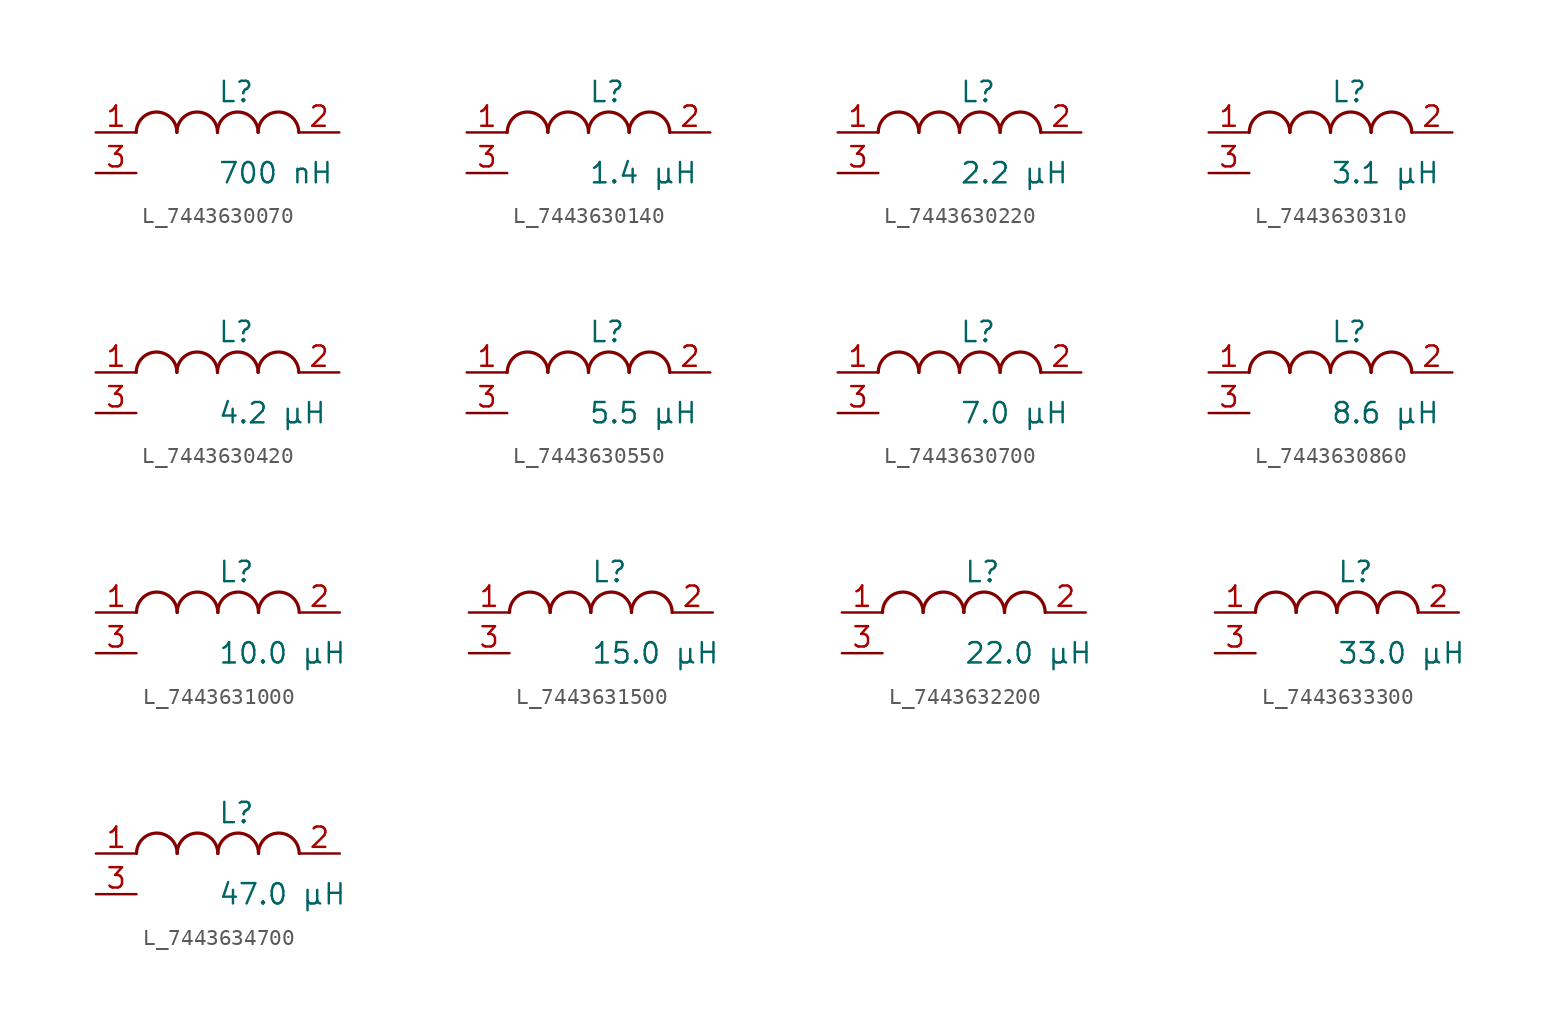
<source format=kicad_sym>
(kicad_symbol_lib
  (version 20231120)
  (generator kicad_symbol_editor)
  (generator_version 8.0)
  (symbol "L_7443630070"
    (pin_names
      (offset 0.254))
    (property "Reference" "L"
      (at 0 2.54 0)
      (effects (font (size 1.27 1.27)) (justify left)))
    (property "Value" "700 nH"
      (at 0 -2.54 0)
      (effects (font (size 1.27 1.27)) (justify left)))
    (symbol "L_7443630070_1_1"
      (arc (start -2.54 0.0056) (mid -3.81 1.27) (end -5.08 0.0056) (stroke (width 0.2032) (type default)) (fill (type none)))
      (arc (start 0 0.0056) (mid -1.27 1.27) (end -2.54 0.0056) (stroke (width 0.2032) (type default)) (fill (type none)))
      (arc (start 2.54 0.0056) (mid 1.27 1.27) (end 0 0.0056) (stroke (width 0.2032) (type default)) (fill (type none)))
      (arc (start 5.08 0.0056) (mid 3.81 1.27) (end 2.54 0.0056) (stroke (width 0.2032) (type default)) (fill (type none)))
      (pin unspecified line (at -7.62 0 0) (length 2.54) (name "" (effects (font (size 1.27 1.27)))) (number "1" (effects (font (size 1.27 1.27)))))
      (pin unspecified line (at 7.62 0 180) (length 2.54) (name "" (effects (font (size 1.27 1.27)))) (number "2" (effects (font (size 1.27 1.27)))))
      (pin passive line (at -7.62 -2.54 0) (length 2.54) (name "" (effects (font (size 1.27 1.27)))) (number "3" (effects (font (size 1.27 1.27)))))))
  (symbol "L_7443630140"
    (pin_names
      (offset 0.254))
    (property "Reference" "L"
      (at 0 2.54 0)
      (effects (font (size 1.27 1.27)) (justify left)))
    (property "Value" "1.4 µH"
      (at 0 -2.54 0)
      (effects (font (size 1.27 1.27)) (justify left)))
    (symbol "L_7443630140_1_1"
      (arc (start -2.54 0.0056) (mid -3.81 1.27) (end -5.08 0.0056) (stroke (width 0.2032) (type default)) (fill (type none)))
      (arc (start 0 0.0056) (mid -1.27 1.27) (end -2.54 0.0056) (stroke (width 0.2032) (type default)) (fill (type none)))
      (arc (start 2.54 0.0056) (mid 1.27 1.27) (end 0 0.0056) (stroke (width 0.2032) (type default)) (fill (type none)))
      (arc (start 5.08 0.0056) (mid 3.81 1.27) (end 2.54 0.0056) (stroke (width 0.2032) (type default)) (fill (type none)))
      (pin unspecified line (at -7.62 0 0) (length 2.54) (name "" (effects (font (size 1.27 1.27)))) (number "1" (effects (font (size 1.27 1.27)))))
      (pin unspecified line (at 7.62 0 180) (length 2.54) (name "" (effects (font (size 1.27 1.27)))) (number "2" (effects (font (size 1.27 1.27)))))
      (pin passive line (at -7.62 -2.54 0) (length 2.54) (name "" (effects (font (size 1.27 1.27)))) (number "3" (effects (font (size 1.27 1.27)))))))
  (symbol "L_7443630220"
    (pin_names
      (offset 0.254))
    (property "Reference" "L"
      (at 0 2.54 0)
      (effects (font (size 1.27 1.27)) (justify left)))
    (property "Value" "2.2 µH"
      (at 0 -2.54 0)
      (effects (font (size 1.27 1.27)) (justify left)))
    (symbol "L_7443630220_1_1"
      (arc (start -2.54 0.0056) (mid -3.81 1.27) (end -5.08 0.0056) (stroke (width 0.2032) (type default)) (fill (type none)))
      (arc (start 0 0.0056) (mid -1.27 1.27) (end -2.54 0.0056) (stroke (width 0.2032) (type default)) (fill (type none)))
      (arc (start 2.54 0.0056) (mid 1.27 1.27) (end 0 0.0056) (stroke (width 0.2032) (type default)) (fill (type none)))
      (arc (start 5.08 0.0056) (mid 3.81 1.27) (end 2.54 0.0056) (stroke (width 0.2032) (type default)) (fill (type none)))
      (pin unspecified line (at -7.62 0 0) (length 2.54) (name "" (effects (font (size 1.27 1.27)))) (number "1" (effects (font (size 1.27 1.27)))))
      (pin unspecified line (at 7.62 0 180) (length 2.54) (name "" (effects (font (size 1.27 1.27)))) (number "2" (effects (font (size 1.27 1.27)))))
      (pin passive line (at -7.62 -2.54 0) (length 2.54) (name "" (effects (font (size 1.27 1.27)))) (number "3" (effects (font (size 1.27 1.27)))))))
  (symbol "L_7443630310"
    (pin_names
      (offset 0.254))
    (property "Reference" "L"
      (at 0 2.54 0)
      (effects (font (size 1.27 1.27)) (justify left)))
    (property "Value" "3.1 µH"
      (at 0 -2.54 0)
      (effects (font (size 1.27 1.27)) (justify left)))
    (symbol "L_7443630310_1_1"
      (arc (start -2.54 0.0056) (mid -3.81 1.27) (end -5.08 0.0056) (stroke (width 0.2032) (type default)) (fill (type none)))
      (arc (start 0 0.0056) (mid -1.27 1.27) (end -2.54 0.0056) (stroke (width 0.2032) (type default)) (fill (type none)))
      (arc (start 2.54 0.0056) (mid 1.27 1.27) (end 0 0.0056) (stroke (width 0.2032) (type default)) (fill (type none)))
      (arc (start 5.08 0.0056) (mid 3.81 1.27) (end 2.54 0.0056) (stroke (width 0.2032) (type default)) (fill (type none)))
      (pin unspecified line (at -7.62 0 0) (length 2.54) (name "" (effects (font (size 1.27 1.27)))) (number "1" (effects (font (size 1.27 1.27)))))
      (pin unspecified line (at 7.62 0 180) (length 2.54) (name "" (effects (font (size 1.27 1.27)))) (number "2" (effects (font (size 1.27 1.27)))))
      (pin passive line (at -7.62 -2.54 0) (length 2.54) (name "" (effects (font (size 1.27 1.27)))) (number "3" (effects (font (size 1.27 1.27)))))))
  (symbol "L_7443630420"
    (pin_names
      (offset 0.254))
    (property "Reference" "L"
      (at 0 2.54 0)
      (effects (font (size 1.27 1.27)) (justify left)))
    (property "Value" "4.2 µH"
      (at 0 -2.54 0)
      (effects (font (size 1.27 1.27)) (justify left)))
    (symbol "L_7443630420_1_1"
      (arc (start -2.54 0.0056) (mid -3.81 1.27) (end -5.08 0.0056) (stroke (width 0.2032) (type default)) (fill (type none)))
      (arc (start 0 0.0056) (mid -1.27 1.27) (end -2.54 0.0056) (stroke (width 0.2032) (type default)) (fill (type none)))
      (arc (start 2.54 0.0056) (mid 1.27 1.27) (end 0 0.0056) (stroke (width 0.2032) (type default)) (fill (type none)))
      (arc (start 5.08 0.0056) (mid 3.81 1.27) (end 2.54 0.0056) (stroke (width 0.2032) (type default)) (fill (type none)))
      (pin unspecified line (at -7.62 0 0) (length 2.54) (name "" (effects (font (size 1.27 1.27)))) (number "1" (effects (font (size 1.27 1.27)))))
      (pin unspecified line (at 7.62 0 180) (length 2.54) (name "" (effects (font (size 1.27 1.27)))) (number "2" (effects (font (size 1.27 1.27)))))
      (pin passive line (at -7.62 -2.54 0) (length 2.54) (name "" (effects (font (size 1.27 1.27)))) (number "3" (effects (font (size 1.27 1.27)))))))
  (symbol "L_7443630550"
    (pin_names
      (offset 0.254))
    (property "Reference" "L"
      (at 0 2.54 0)
      (effects (font (size 1.27 1.27)) (justify left)))
    (property "Value" "5.5 µH"
      (at 0 -2.54 0)
      (effects (font (size 1.27 1.27)) (justify left)))
    (symbol "L_7443630550_1_1"
      (arc (start -2.54 0.0056) (mid -3.81 1.27) (end -5.08 0.0056) (stroke (width 0.2032) (type default)) (fill (type none)))
      (arc (start 0 0.0056) (mid -1.27 1.27) (end -2.54 0.0056) (stroke (width 0.2032) (type default)) (fill (type none)))
      (arc (start 2.54 0.0056) (mid 1.27 1.27) (end 0 0.0056) (stroke (width 0.2032) (type default)) (fill (type none)))
      (arc (start 5.08 0.0056) (mid 3.81 1.27) (end 2.54 0.0056) (stroke (width 0.2032) (type default)) (fill (type none)))
      (pin unspecified line (at -7.62 0 0) (length 2.54) (name "" (effects (font (size 1.27 1.27)))) (number "1" (effects (font (size 1.27 1.27)))))
      (pin unspecified line (at 7.62 0 180) (length 2.54) (name "" (effects (font (size 1.27 1.27)))) (number "2" (effects (font (size 1.27 1.27)))))
      (pin passive line (at -7.62 -2.54 0) (length 2.54) (name "" (effects (font (size 1.27 1.27)))) (number "3" (effects (font (size 1.27 1.27)))))))
  (symbol "L_7443630700"
    (pin_names
      (offset 0.254))
    (property "Reference" "L"
      (at 0 2.54 0)
      (effects (font (size 1.27 1.27)) (justify left)))
    (property "Value" "7.0 µH"
      (at 0 -2.54 0)
      (effects (font (size 1.27 1.27)) (justify left)))
    (symbol "L_7443630700_1_1"
      (arc (start -2.54 0.0056) (mid -3.81 1.27) (end -5.08 0.0056) (stroke (width 0.2032) (type default)) (fill (type none)))
      (arc (start 0 0.0056) (mid -1.27 1.27) (end -2.54 0.0056) (stroke (width 0.2032) (type default)) (fill (type none)))
      (arc (start 2.54 0.0056) (mid 1.27 1.27) (end 0 0.0056) (stroke (width 0.2032) (type default)) (fill (type none)))
      (arc (start 5.08 0.0056) (mid 3.81 1.27) (end 2.54 0.0056) (stroke (width 0.2032) (type default)) (fill (type none)))
      (pin unspecified line (at -7.62 0 0) (length 2.54) (name "" (effects (font (size 1.27 1.27)))) (number "1" (effects (font (size 1.27 1.27)))))
      (pin unspecified line (at 7.62 0 180) (length 2.54) (name "" (effects (font (size 1.27 1.27)))) (number "2" (effects (font (size 1.27 1.27)))))
      (pin passive line (at -7.62 -2.54 0) (length 2.54) (name "" (effects (font (size 1.27 1.27)))) (number "3" (effects (font (size 1.27 1.27)))))))
  (symbol "L_7443630860"
    (pin_names
      (offset 0.254))
    (property "Reference" "L"
      (at 0 2.54 0)
      (effects (font (size 1.27 1.27)) (justify left)))
    (property "Value" "8.6 µH"
      (at 0 -2.54 0)
      (effects (font (size 1.27 1.27)) (justify left)))
    (symbol "L_7443630860_1_1"
      (arc (start -2.54 0.0056) (mid -3.81 1.27) (end -5.08 0.0056) (stroke (width 0.2032) (type default)) (fill (type none)))
      (arc (start 0 0.0056) (mid -1.27 1.27) (end -2.54 0.0056) (stroke (width 0.2032) (type default)) (fill (type none)))
      (arc (start 2.54 0.0056) (mid 1.27 1.27) (end 0 0.0056) (stroke (width 0.2032) (type default)) (fill (type none)))
      (arc (start 5.08 0.0056) (mid 3.81 1.27) (end 2.54 0.0056) (stroke (width 0.2032) (type default)) (fill (type none)))
      (pin unspecified line (at -7.62 0 0) (length 2.54) (name "" (effects (font (size 1.27 1.27)))) (number "1" (effects (font (size 1.27 1.27)))))
      (pin unspecified line (at 7.62 0 180) (length 2.54) (name "" (effects (font (size 1.27 1.27)))) (number "2" (effects (font (size 1.27 1.27)))))
      (pin passive line (at -7.62 -2.54 0) (length 2.54) (name "" (effects (font (size 1.27 1.27)))) (number "3" (effects (font (size 1.27 1.27)))))))
  (symbol "L_7443631000"
    (pin_names
      (offset 0.254))
    (property "Reference" "L"
      (at 0 2.54 0)
      (effects (font (size 1.27 1.27)) (justify left)))
    (property "Value" "10.0 µH"
      (at 0 -2.54 0)
      (effects (font (size 1.27 1.27)) (justify left)))
    (symbol "L_7443631000_1_1"
      (arc (start -2.54 0.0056) (mid -3.81 1.27) (end -5.08 0.0056) (stroke (width 0.2032) (type default)) (fill (type none)))
      (arc (start 0 0.0056) (mid -1.27 1.27) (end -2.54 0.0056) (stroke (width 0.2032) (type default)) (fill (type none)))
      (arc (start 2.54 0.0056) (mid 1.27 1.27) (end 0 0.0056) (stroke (width 0.2032) (type default)) (fill (type none)))
      (arc (start 5.08 0.0056) (mid 3.81 1.27) (end 2.54 0.0056) (stroke (width 0.2032) (type default)) (fill (type none)))
      (pin unspecified line (at -7.62 0 0) (length 2.54) (name "" (effects (font (size 1.27 1.27)))) (number "1" (effects (font (size 1.27 1.27)))))
      (pin unspecified line (at 7.62 0 180) (length 2.54) (name "" (effects (font (size 1.27 1.27)))) (number "2" (effects (font (size 1.27 1.27)))))
      (pin passive line (at -7.62 -2.54 0) (length 2.54) (name "" (effects (font (size 1.27 1.27)))) (number "3" (effects (font (size 1.27 1.27)))))))
  (symbol "L_7443631500"
    (pin_names
      (offset 0.254))
    (property "Reference" "L"
      (at 0 2.54 0)
      (effects (font (size 1.27 1.27)) (justify left)))
    (property "Value" "15.0 µH"
      (at 0 -2.54 0)
      (effects (font (size 1.27 1.27)) (justify left)))
    (symbol "L_7443631500_1_1"
      (arc (start -2.54 0.0056) (mid -3.81 1.27) (end -5.08 0.0056) (stroke (width 0.2032) (type default)) (fill (type none)))
      (arc (start 0 0.0056) (mid -1.27 1.27) (end -2.54 0.0056) (stroke (width 0.2032) (type default)) (fill (type none)))
      (arc (start 2.54 0.0056) (mid 1.27 1.27) (end 0 0.0056) (stroke (width 0.2032) (type default)) (fill (type none)))
      (arc (start 5.08 0.0056) (mid 3.81 1.27) (end 2.54 0.0056) (stroke (width 0.2032) (type default)) (fill (type none)))
      (pin unspecified line (at -7.62 0 0) (length 2.54) (name "" (effects (font (size 1.27 1.27)))) (number "1" (effects (font (size 1.27 1.27)))))
      (pin unspecified line (at 7.62 0 180) (length 2.54) (name "" (effects (font (size 1.27 1.27)))) (number "2" (effects (font (size 1.27 1.27)))))
      (pin passive line (at -7.62 -2.54 0) (length 2.54) (name "" (effects (font (size 1.27 1.27)))) (number "3" (effects (font (size 1.27 1.27)))))))
  (symbol "L_7443632200"
    (pin_names
      (offset 0.254))
    (property "Reference" "L"
      (at 0 2.54 0)
      (effects (font (size 1.27 1.27)) (justify left)))
    (property "Value" "22.0 µH"
      (at 0 -2.54 0)
      (effects (font (size 1.27 1.27)) (justify left)))
    (symbol "L_7443632200_1_1"
      (arc (start -2.54 0.0056) (mid -3.81 1.27) (end -5.08 0.0056) (stroke (width 0.2032) (type default)) (fill (type none)))
      (arc (start 0 0.0056) (mid -1.27 1.27) (end -2.54 0.0056) (stroke (width 0.2032) (type default)) (fill (type none)))
      (arc (start 2.54 0.0056) (mid 1.27 1.27) (end 0 0.0056) (stroke (width 0.2032) (type default)) (fill (type none)))
      (arc (start 5.08 0.0056) (mid 3.81 1.27) (end 2.54 0.0056) (stroke (width 0.2032) (type default)) (fill (type none)))
      (pin unspecified line (at -7.62 0 0) (length 2.54) (name "" (effects (font (size 1.27 1.27)))) (number "1" (effects (font (size 1.27 1.27)))))
      (pin unspecified line (at 7.62 0 180) (length 2.54) (name "" (effects (font (size 1.27 1.27)))) (number "2" (effects (font (size 1.27 1.27)))))
      (pin passive line (at -7.62 -2.54 0) (length 2.54) (name "" (effects (font (size 1.27 1.27)))) (number "3" (effects (font (size 1.27 1.27)))))))
  (symbol "L_7443633300"
    (pin_names
      (offset 0.254))
    (property "Reference" "L"
      (at 0 2.54 0)
      (effects (font (size 1.27 1.27)) (justify left)))
    (property "Value" "33.0 µH"
      (at 0 -2.54 0)
      (effects (font (size 1.27 1.27)) (justify left)))
    (symbol "L_7443633300_1_1"
      (arc (start -2.54 0.0056) (mid -3.81 1.27) (end -5.08 0.0056) (stroke (width 0.2032) (type default)) (fill (type none)))
      (arc (start 0 0.0056) (mid -1.27 1.27) (end -2.54 0.0056) (stroke (width 0.2032) (type default)) (fill (type none)))
      (arc (start 2.54 0.0056) (mid 1.27 1.27) (end 0 0.0056) (stroke (width 0.2032) (type default)) (fill (type none)))
      (arc (start 5.08 0.0056) (mid 3.81 1.27) (end 2.54 0.0056) (stroke (width 0.2032) (type default)) (fill (type none)))
      (pin unspecified line (at -7.62 0 0) (length 2.54) (name "" (effects (font (size 1.27 1.27)))) (number "1" (effects (font (size 1.27 1.27)))))
      (pin unspecified line (at 7.62 0 180) (length 2.54) (name "" (effects (font (size 1.27 1.27)))) (number "2" (effects (font (size 1.27 1.27)))))
      (pin passive line (at -7.62 -2.54 0) (length 2.54) (name "" (effects (font (size 1.27 1.27)))) (number "3" (effects (font (size 1.27 1.27)))))))
  (symbol "L_7443634700"
    (pin_names
      (offset 0.254))
    (property "Reference" "L"
      (at 0 2.54 0)
      (effects (font (size 1.27 1.27)) (justify left)))
    (property "Value" "47.0 µH"
      (at 0 -2.54 0)
      (effects (font (size 1.27 1.27)) (justify left)))
    (symbol "L_7443634700_1_1"
      (arc (start -2.54 0.0056) (mid -3.81 1.27) (end -5.08 0.0056) (stroke (width 0.2032) (type default)) (fill (type none)))
      (arc (start 0 0.0056) (mid -1.27 1.27) (end -2.54 0.0056) (stroke (width 0.2032) (type default)) (fill (type none)))
      (arc (start 2.54 0.0056) (mid 1.27 1.27) (end 0 0.0056) (stroke (width 0.2032) (type default)) (fill (type none)))
      (arc (start 5.08 0.0056) (mid 3.81 1.27) (end 2.54 0.0056) (stroke (width 0.2032) (type default)) (fill (type none)))
      (pin unspecified line (at -7.62 0 0) (length 2.54) (name "" (effects (font (size 1.27 1.27)))) (number "1" (effects (font (size 1.27 1.27)))))
      (pin unspecified line (at 7.62 0 180) (length 2.54) (name "" (effects (font (size 1.27 1.27)))) (number "2" (effects (font (size 1.27 1.27)))))
      (pin passive line (at -7.62 -2.54 0) (length 2.54) (name "" (effects (font (size 1.27 1.27)))) (number "3" (effects (font (size 1.27 1.27))))))))
</source>
